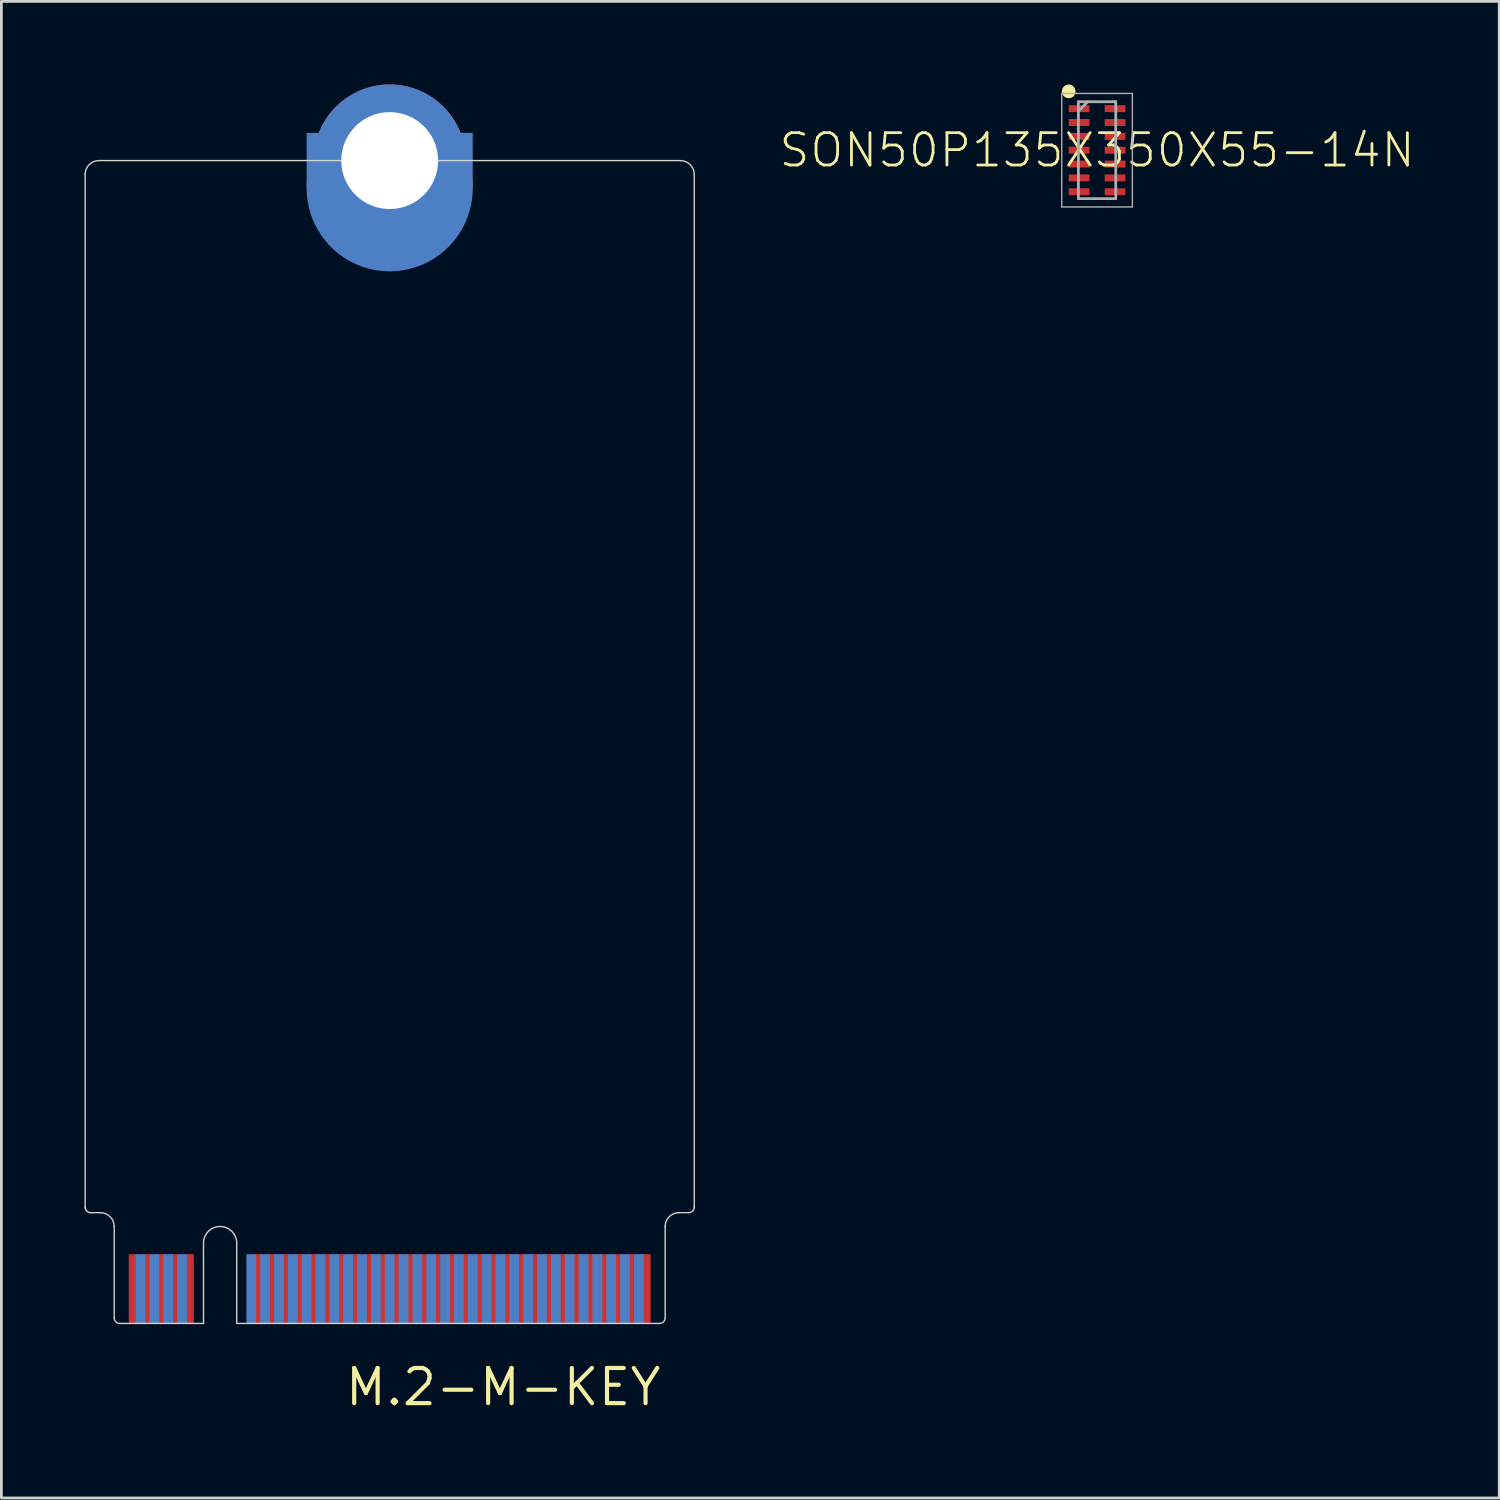
<source format=kicad_pcb>
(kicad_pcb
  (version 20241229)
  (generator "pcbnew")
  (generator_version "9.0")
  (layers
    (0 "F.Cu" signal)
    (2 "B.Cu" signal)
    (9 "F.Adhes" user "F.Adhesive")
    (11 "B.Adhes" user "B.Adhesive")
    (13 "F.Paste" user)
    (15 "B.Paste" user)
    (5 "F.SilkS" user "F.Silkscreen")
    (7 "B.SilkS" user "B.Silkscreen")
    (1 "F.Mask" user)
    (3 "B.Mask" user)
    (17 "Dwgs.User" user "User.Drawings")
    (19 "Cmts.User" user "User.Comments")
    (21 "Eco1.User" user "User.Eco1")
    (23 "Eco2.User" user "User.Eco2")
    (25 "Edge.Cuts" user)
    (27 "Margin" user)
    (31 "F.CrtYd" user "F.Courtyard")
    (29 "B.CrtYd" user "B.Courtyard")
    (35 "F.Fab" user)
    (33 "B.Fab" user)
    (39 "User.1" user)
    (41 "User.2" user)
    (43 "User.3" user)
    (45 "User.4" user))
  (footprint "SON50P135X350X55-14N"
    (layer "F.Cu")
    (at 36.575 2.375)
    (property "Reference" "SON50P135X350X55-14N" (at 0 0 0) (unlocked yes) (layer "F.SilkS") (effects (font (size 1.168 1.168) (thickness 0.102))))
    (fp_circle (center -1.025 -2.125) (end -0.9 -2.125) (stroke (width 0.25) (type solid)) (fill no) (layer "F.SilkS"))
    (fp_line (start -1.275 -2.05) (end 1.275 -2.05) (stroke (width 0.05) (type solid)) (layer "F.Fab"))
    (fp_line (start -1.275 2.05) (end -1.275 -2.05) (stroke (width 0.05) (type solid)) (layer "F.Fab"))
    (fp_line (start -0.675 -1.75) (end 0.675 -1.75) (stroke (width 0.1) (type solid)) (layer "F.Fab"))
    (fp_line (start -0.675 -1.412) (end -0.338 -1.75) (stroke (width 0.1) (type solid)) (layer "F.Fab"))
    (fp_line (start -0.675 1.75) (end -0.675 -1.75) (stroke (width 0.1) (type solid)) (layer "F.Fab"))
    (fp_line (start 0.675 -1.75) (end 0.675 1.75) (stroke (width 0.1) (type solid)) (layer "F.Fab"))
    (fp_line (start 0.675 1.75) (end -0.675 1.75) (stroke (width 0.1) (type solid)) (layer "F.Fab"))
    (fp_line (start 1.275 -2.05) (end 1.275 2.05) (stroke (width 0.05) (type solid)) (layer "F.Fab"))
    (fp_line (start 1.275 2.05) (end -1.275 2.05) (stroke (width 0.05) (type solid)) (layer "F.Fab"))
    (pad "1" smd rect (at -0.65 -1.5) (size 0.75 0.25) (layers "F.Cu" "F.Mask" "F.Paste"))
    (pad "2" smd rect (at -0.65 -1) (size 0.75 0.25) (layers "F.Cu" "F.Mask" "F.Paste"))
    (pad "3" smd rect (at -0.65 -0.5) (size 0.75 0.25) (layers "F.Cu" "F.Mask" "F.Paste"))
    (pad "4" smd rect (at -0.65 0) (size 0.75 0.25) (layers "F.Cu" "F.Mask" "F.Paste"))
    (pad "5" smd rect (at -0.65 0.5) (size 0.75 0.25) (layers "F.Cu" "F.Mask" "F.Paste"))
    (pad "6" smd rect (at -0.65 1) (size 0.75 0.25) (layers "F.Cu" "F.Mask" "F.Paste"))
    (pad "7" smd rect (at -0.65 1.5) (size 0.75 0.25) (layers "F.Cu" "F.Mask" "F.Paste"))
    (pad "8" smd rect (at 0.65 1.5) (size 0.75 0.25) (layers "F.Cu" "F.Mask" "F.Paste"))
    (pad "9" smd rect (at 0.65 1) (size 0.75 0.25) (layers "F.Cu" "F.Mask" "F.Paste"))
    (pad "10" smd rect (at 0.65 0.5) (size 0.75 0.25) (layers "F.Cu" "F.Mask" "F.Paste"))
    (pad "11" smd rect (at 0.65 0) (size 0.75 0.25) (layers "F.Cu" "F.Mask" "F.Paste"))
    (pad "12" smd rect (at 0.65 -0.5) (size 0.75 0.25) (layers "F.Cu" "F.Mask" "F.Paste"))
    (pad "13" smd rect (at 0.65 -1) (size 0.75 0.25) (layers "F.Cu" "F.Mask" "F.Paste"))
    (pad "14" smd rect (at 0.65 -1.5) (size 0.75 0.25) (layers "F.Cu" "F.Mask" "F.Paste")))
  (footprint "M.2-M-KEY"
    (layer "F.Cu")
    (at 11.025 44.75)
    (property "Reference" "M.2-M-KEY" (at 4.1 2.3 0) (layer "F.SilkS") (effects (font (size 1.27 1.27) (thickness 0.15))))
    (fp_line (start -11 -41.5) (end -11 -4.2) (stroke (width 0.05) (type solid)) (layer "Edge.Cuts"))
    (fp_line (start -10.8 -4) (end -10.45 -4) (stroke (width 0.05) (type solid)) (layer "Edge.Cuts"))
    (fp_line (start -9.95 -3.5) (end -9.95 -0.2) (stroke (width 0.05) (type solid)) (layer "Edge.Cuts"))
    (fp_line (start -6.725 -2.9) (end -6.725 0) (stroke (width 0.05) (type solid)) (layer "Edge.Cuts"))
    (fp_line (start -6.725 0) (end -9.75 0) (stroke (width 0.05) (type solid)) (layer "Edge.Cuts"))
    (fp_line (start -5.525 -2.9) (end -5.525 0) (stroke (width 0.05) (type solid)) (layer "Edge.Cuts"))
    (fp_line (start -5.525 0) (end 6.2 0) (stroke (width 0.05) (type solid)) (layer "Edge.Cuts"))
    (fp_line (start 6.2 0) (end 9.75 0) (stroke (width 0.05) (type solid)) (layer "Edge.Cuts"))
    (fp_line (start 9.95 -0.2) (end 9.95 -3.5) (stroke (width 0.05) (type solid)) (layer "Edge.Cuts"))
    (fp_line (start 10.45 -4) (end 10.8 -4) (stroke (width 0.05) (type solid)) (layer "Edge.Cuts"))
    (fp_line (start 10.5 -42) (end -10.5 -42) (stroke (width 0.05) (type solid)) (layer "Edge.Cuts"))
    (fp_line (start 11 -4.2) (end 11 -41.5) (stroke (width 0.05) (type solid)) (layer "Edge.Cuts"))
    (fp_arc (start -11 -41.5) (mid -10.853553 -41.853553) (end -10.5 -42) (stroke (width 0.05) (type solid)) (layer "Edge.Cuts"))
    (fp_arc (start -10.8 -4) (mid -10.941421 -4.058579) (end -11 -4.2) (stroke (width 0.05) (type solid)) (layer "Edge.Cuts"))
    (fp_arc (start -10.45 -4) (mid -10.096447 -3.853553) (end -9.95 -3.5) (stroke (width 0.05) (type solid)) (layer "Edge.Cuts"))
    (fp_arc (start -9.75 0) (mid -9.891421 -0.058579) (end -9.95 -0.2) (stroke (width 0.05) (type solid)) (layer "Edge.Cuts"))
    (fp_arc (start -6.725 -2.9) (mid -6.549264 -3.324264) (end -6.125 -3.5) (stroke (width 0.05) (type solid)) (layer "Edge.Cuts"))
    (fp_arc (start -6.125 -3.5) (mid -5.700736 -3.324264) (end -5.525 -2.9) (stroke (width 0.05) (type solid)) (layer "Edge.Cuts"))
    (fp_arc (start 9.95 -3.5) (mid 10.096447 -3.853553) (end 10.45 -4) (stroke (width 0.05) (type solid)) (layer "Edge.Cuts"))
    (fp_arc (start 9.95 -0.2) (mid 9.891421 -0.058579) (end 9.75 0) (stroke (width 0.05) (type solid)) (layer "Edge.Cuts"))
    (fp_arc (start 10.5 -42) (mid 10.853553 -41.853553) (end 11 -41.5) (stroke (width 0.05) (type solid)) (layer "Edge.Cuts"))
    (fp_arc (start 11 -4.2) (mid 10.941421 -4.058579) (end 10.8 -4) (stroke (width 0.05) (type solid)) (layer "Edge.Cuts"))
    (pad "1" connect rect (at 9.25 -1.25) (size 0.35 2.5) (layers "F.Cu" "F.Mask"))
    (pad "2" connect rect (at 9 -1.25) (size 0.35 2.5) (layers "B.Cu" "B.Mask"))
    (pad "3" connect rect (at 8.75 -1.25) (size 0.35 2.5) (layers "F.Cu" "F.Mask"))
    (pad "4" connect rect (at 8.5 -1.25) (size 0.35 2.5) (layers "B.Cu" "B.Mask"))
    (pad "5" connect rect (at 8.25 -1.25) (size 0.35 2.5) (layers "F.Cu" "F.Mask"))
    (pad "6" connect rect (at 8 -1.25) (size 0.35 2.5) (layers "B.Cu" "B.Mask"))
    (pad "7" connect rect (at 7.75 -1.25) (size 0.35 2.5) (layers "F.Cu" "F.Mask"))
    (pad "8" connect rect (at 7.5 -1.25) (size 0.35 2.5) (layers "B.Cu" "B.Mask"))
    (pad "9" connect rect (at 7.25 -1.25) (size 0.35 2.5) (layers "F.Cu" "F.Mask"))
    (pad "10" connect rect (at 7 -1.25) (size 0.35 2.5) (layers "B.Cu" "B.Mask"))
    (pad "11" connect rect (at 6.75 -1.25) (size 0.35 2.5) (layers "F.Cu" "F.Mask"))
    (pad "12" connect rect (at 6.5 -1.25) (size 0.35 2.5) (layers "B.Cu" "B.Mask"))
    (pad "13" connect rect (at 6.25 -1.25) (size 0.35 2.5) (layers "F.Cu" "F.Mask"))
    (pad "14" connect rect (at 6 -1.25) (size 0.35 2.5) (layers "B.Cu" "B.Mask"))
    (pad "15" connect rect (at 5.75 -1.25) (size 0.35 2.5) (layers "F.Cu" "F.Mask"))
    (pad "16" connect rect (at 5.5 -1.25) (size 0.35 2.5) (layers "B.Cu" "B.Mask"))
    (pad "17" connect rect (at 5.25 -1.25) (size 0.35 2.5) (layers "F.Cu" "F.Mask"))
    (pad "18" connect rect (at 5 -1.25) (size 0.35 2.5) (layers "B.Cu" "B.Mask"))
    (pad "19" connect rect (at 4.75 -1.25) (size 0.35 2.5) (layers "F.Cu" "F.Mask"))
    (pad "20" connect rect (at 4.5 -1.25) (size 0.35 2.5) (layers "B.Cu" "B.Mask"))
    (pad "21" connect rect (at 4.25 -1.25) (size 0.35 2.5) (layers "F.Cu" "F.Mask"))
    (pad "22" connect rect (at 4 -1.25) (size 0.35 2.5) (layers "B.Cu" "B.Mask"))
    (pad "23" connect rect (at 3.75 -1.25) (size 0.35 2.5) (layers "F.Cu" "F.Mask"))
    (pad "24" connect rect (at 3.5 -1.25) (size 0.35 2.5) (layers "B.Cu" "B.Mask"))
    (pad "25" connect rect (at 3.25 -1.25) (size 0.35 2.5) (layers "F.Cu" "F.Mask"))
    (pad "26" connect rect (at 3 -1.25) (size 0.35 2.5) (layers "B.Cu" "B.Mask"))
    (pad "27" connect rect (at 2.75 -1.25) (size 0.35 2.5) (layers "F.Cu" "F.Mask"))
    (pad "28" connect rect (at 2.5 -1.25) (size 0.35 2.5) (layers "B.Cu" "B.Mask"))
    (pad "29" connect rect (at 2.25 -1.25) (size 0.35 2.5) (layers "F.Cu" "F.Mask"))
    (pad "30" connect rect (at 2 -1.25) (size 0.35 2.5) (layers "B.Cu" "B.Mask"))
    (pad "31" connect rect (at 1.75 -1.25) (size 0.35 2.5) (layers "F.Cu" "F.Mask"))
    (pad "32" connect rect (at 1.5 -1.25) (size 0.35 2.5) (layers "B.Cu" "B.Mask"))
    (pad "33" connect rect (at 1.25 -1.25) (size 0.35 2.5) (layers "F.Cu" "F.Mask"))
    (pad "34" connect rect (at 1 -1.25) (size 0.35 2.5) (layers "B.Cu" "B.Mask"))
    (pad "35" connect rect (at 0.75 -1.25) (size 0.35 2.5) (layers "F.Cu" "F.Mask"))
    (pad "36" connect rect (at 0.5 -1.25) (size 0.35 2.5) (layers "B.Cu" "B.Mask"))
    (pad "37" connect rect (at 0.25 -1.25) (size 0.35 2.5) (layers "F.Cu" "F.Mask"))
    (pad "38" connect rect (at 0 -1.25) (size 0.35 2.5) (layers "B.Cu" "B.Mask"))
    (pad "39" connect rect (at -0.25 -1.25) (size 0.35 2.5) (layers "F.Cu" "F.Mask"))
    (pad "40" connect rect (at -0.5 -1.25) (size 0.35 2.5) (layers "B.Cu" "B.Mask"))
    (pad "41" connect rect (at -0.75 -1.25) (size 0.35 2.5) (layers "F.Cu" "F.Mask"))
    (pad "42" connect rect (at -1 -1.25) (size 0.35 2.5) (layers "B.Cu" "B.Mask"))
    (pad "43" connect rect (at -1.25 -1.25) (size 0.35 2.5) (layers "F.Cu" "F.Mask"))
    (pad "44" connect rect (at -1.5 -1.25) (size 0.35 2.5) (layers "B.Cu" "B.Mask"))
    (pad "45" connect rect (at -1.75 -1.25) (size 0.35 2.5) (layers "F.Cu" "F.Mask"))
    (pad "46" connect rect (at -2 -1.25) (size 0.35 2.5) (layers "B.Cu" "B.Mask"))
    (pad "47" connect rect (at -2.25 -1.25) (size 0.35 2.5) (layers "F.Cu" "F.Mask"))
    (pad "48" connect rect (at -2.5 -1.25) (size 0.35 2.5) (layers "B.Cu" "B.Mask"))
    (pad "49" connect rect (at -2.75 -1.25) (size 0.35 2.5) (layers "F.Cu" "F.Mask"))
    (pad "50" connect rect (at -3 -1.25) (size 0.35 2.5) (layers "B.Cu" "B.Mask"))
    (pad "51" connect rect (at -3.25 -1.25) (size 0.35 2.5) (layers "F.Cu" "F.Mask"))
    (pad "52" connect rect (at -3.5 -1.25) (size 0.35 2.5) (layers "B.Cu" "B.Mask"))
    (pad "53" connect rect (at -3.75 -1.25) (size 0.35 2.5) (layers "F.Cu" "F.Mask"))
    (pad "54" connect rect (at -4 -1.25) (size 0.35 2.5) (layers "B.Cu" "B.Mask"))
    (pad "55" connect rect (at -4.25 -1.25) (size 0.35 2.5) (layers "F.Cu" "F.Mask"))
    (pad "56" connect rect (at -4.5 -1.25) (size 0.35 2.5) (layers "B.Cu" "B.Mask"))
    (pad "57" connect rect (at -4.75 -1.25) (size 0.35 2.5) (layers "F.Cu" "F.Mask"))
    (pad "58" connect rect (at -5 -1.25) (size 0.35 2.5) (layers "B.Cu" "B.Mask"))
    (pad "67" connect rect (at -7.25 -1.25) (size 0.35 2.5) (layers "F.Cu" "F.Mask"))
    (pad "68" connect rect (at -7.5 -1.25) (size 0.35 2.5) (layers "B.Cu" "B.Mask"))
    (pad "69" connect rect (at -7.75 -1.25) (size 0.35 2.5) (layers "F.Cu" "F.Mask"))
    (pad "70" connect rect (at -8 -1.25) (size 0.35 2.5) (layers "B.Cu" "B.Mask"))
    (pad "71" connect rect (at -8.25 -1.25) (size 0.35 2.5) (layers "F.Cu" "F.Mask"))
    (pad "72" connect rect (at -8.5 -1.25) (size 0.35 2.5) (layers "B.Cu" "B.Mask"))
    (pad "73" connect rect (at -8.75 -1.25) (size 0.35 2.5) (layers "F.Cu" "F.Mask"))
    (pad "74" connect rect (at -9 -1.25) (size 0.35 2.5) (layers "B.Cu" "B.Mask"))
    (pad "75" connect rect (at -9.25 -1.25) (size 0.35 2.5) (layers "F.Cu" "F.Mask"))
    (pad "MP" thru_hole circle (at 0 -42) (size 5.5 5.5) (drill 3.5) (property pad_prop_castellated) (layers "*.Cu" "*.Mask"))
    (pad "MP" connect rect (at 0 -42) (size 6 2) (layers "B.Cu" "B.Mask"))
    (pad "MP" connect circle (at 0 -41) (size 6 6) (layers "B.Cu" "B.Mask")))
  (gr_rect
    (start -3 -3)
    (end 51.1 51.056)
    (stroke (width 0.1) (type default))
    (fill no)
    (layer "Edge.Cuts")))
</source>
